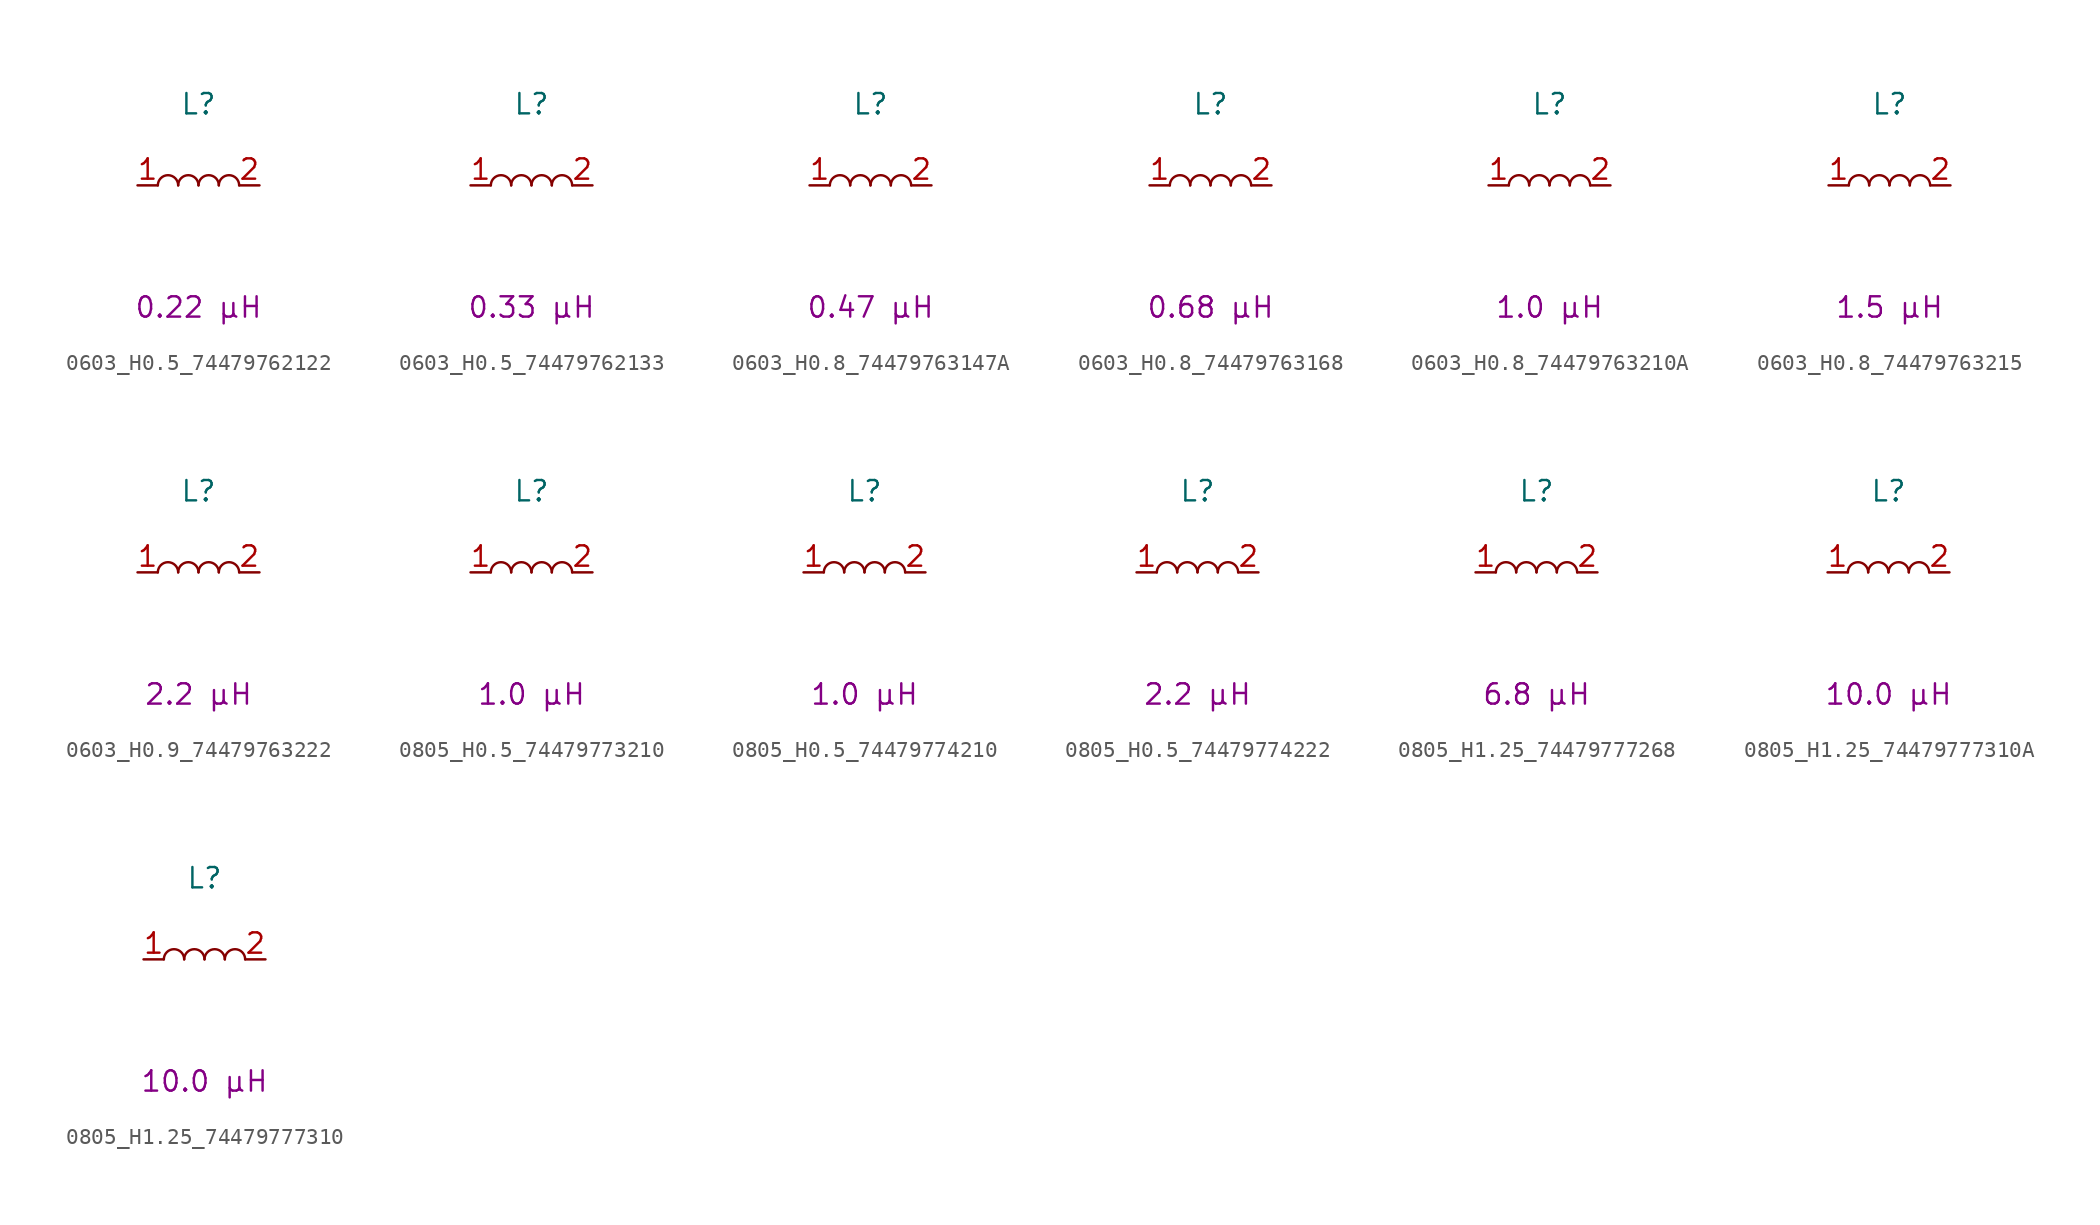
<source format=kicad_sym>
(kicad_symbol_lib
  (version 20220914)
  (generator kicad_symbol_editor)
  (symbol "0603_H0.5_74479762122"
    (pin_names hide)
    (property "Reference" "L"
      (at 0 5.08 0)
      (effects (font (size 1.27 1.27))))
    (property "Critical Parameter" "0.22 µH"
      (at 0 -7.62 0)
      (effects (font (size 1.27 1.27))))
    (symbol "0603_H0.5_74479762122_0_1"
      (arc (start -1.27 0) (mid -1.905 0.6323) (end -2.54 0) (stroke (width 0) (type default)) (fill (type none)))
      (arc (start 0 0) (mid -0.635 0.6323) (end -1.27 0) (stroke (width 0) (type default)) (fill (type none)))
      (arc (start 1.27 0) (mid 0.635 0.6323) (end 0 0) (stroke (width 0) (type default)) (fill (type none)))
      (arc (start 2.54 0) (mid 1.905 0.6323) (end 1.27 0) (stroke (width 0) (type default)) (fill (type none))))
    (symbol "0603_H0.5_74479762122_1_1"
      (pin passive line (at -3.81 0 0) (length 1.27) (name "1" (effects (font (size 1.27 1.27)))) (number "1" (effects (font (size 1.27 1.27)))))
      (pin passive line (at 3.81 0 180) (length 1.27) (name "2" (effects (font (size 1.27 1.27)))) (number "2" (effects (font (size 1.27 1.27)))))))
  (symbol "0603_H0.5_74479762133"
    (pin_names hide)
    (property "Reference" "L"
      (at 0 5.08 0)
      (effects (font (size 1.27 1.27))))
    (property "Critical Parameter" "0.33 µH"
      (at 0 -7.62 0)
      (effects (font (size 1.27 1.27))))
    (symbol "0603_H0.5_74479762133_0_1"
      (arc (start -1.27 0) (mid -1.905 0.6323) (end -2.54 0) (stroke (width 0) (type default)) (fill (type none)))
      (arc (start 0 0) (mid -0.635 0.6323) (end -1.27 0) (stroke (width 0) (type default)) (fill (type none)))
      (arc (start 1.27 0) (mid 0.635 0.6323) (end 0 0) (stroke (width 0) (type default)) (fill (type none)))
      (arc (start 2.54 0) (mid 1.905 0.6323) (end 1.27 0) (stroke (width 0) (type default)) (fill (type none))))
    (symbol "0603_H0.5_74479762133_1_1"
      (pin passive line (at -3.81 0 0) (length 1.27) (name "1" (effects (font (size 1.27 1.27)))) (number "1" (effects (font (size 1.27 1.27)))))
      (pin passive line (at 3.81 0 180) (length 1.27) (name "2" (effects (font (size 1.27 1.27)))) (number "2" (effects (font (size 1.27 1.27)))))))
  (symbol "0603_H0.8_74479763147A"
    (pin_names hide)
    (property "Reference" "L"
      (at 0 5.08 0)
      (effects (font (size 1.27 1.27))))
    (property "Critical Parameter" "0.47 µH"
      (at 0 -7.62 0)
      (effects (font (size 1.27 1.27))))
    (symbol "0603_H0.8_74479763147A_0_1"
      (arc (start -1.27 0) (mid -1.905 0.6323) (end -2.54 0) (stroke (width 0) (type default)) (fill (type none)))
      (arc (start 0 0) (mid -0.635 0.6323) (end -1.27 0) (stroke (width 0) (type default)) (fill (type none)))
      (arc (start 1.27 0) (mid 0.635 0.6323) (end 0 0) (stroke (width 0) (type default)) (fill (type none)))
      (arc (start 2.54 0) (mid 1.905 0.6323) (end 1.27 0) (stroke (width 0) (type default)) (fill (type none))))
    (symbol "0603_H0.8_74479763147A_1_1"
      (pin passive line (at -3.81 0 0) (length 1.27) (name "1" (effects (font (size 1.27 1.27)))) (number "1" (effects (font (size 1.27 1.27)))))
      (pin passive line (at 3.81 0 180) (length 1.27) (name "2" (effects (font (size 1.27 1.27)))) (number "2" (effects (font (size 1.27 1.27)))))))
  (symbol "0603_H0.8_74479763168"
    (pin_names hide)
    (property "Reference" "L"
      (at 0 5.08 0)
      (effects (font (size 1.27 1.27))))
    (property "Critical Parameter" "0.68 µH"
      (at 0 -7.62 0)
      (effects (font (size 1.27 1.27))))
    (symbol "0603_H0.8_74479763168_0_1"
      (arc (start -1.27 0) (mid -1.905 0.6323) (end -2.54 0) (stroke (width 0) (type default)) (fill (type none)))
      (arc (start 0 0) (mid -0.635 0.6323) (end -1.27 0) (stroke (width 0) (type default)) (fill (type none)))
      (arc (start 1.27 0) (mid 0.635 0.6323) (end 0 0) (stroke (width 0) (type default)) (fill (type none)))
      (arc (start 2.54 0) (mid 1.905 0.6323) (end 1.27 0) (stroke (width 0) (type default)) (fill (type none))))
    (symbol "0603_H0.8_74479763168_1_1"
      (pin passive line (at -3.81 0 0) (length 1.27) (name "1" (effects (font (size 1.27 1.27)))) (number "1" (effects (font (size 1.27 1.27)))))
      (pin passive line (at 3.81 0 180) (length 1.27) (name "2" (effects (font (size 1.27 1.27)))) (number "2" (effects (font (size 1.27 1.27)))))))
  (symbol "0603_H0.8_74479763210A"
    (pin_names hide)
    (property "Reference" "L"
      (at 0 5.08 0)
      (effects (font (size 1.27 1.27))))
    (property "Critical Parameter" "1.0 µH"
      (at 0 -7.62 0)
      (effects (font (size 1.27 1.27))))
    (symbol "0603_H0.8_74479763210A_0_1"
      (arc (start -1.27 0) (mid -1.905 0.6323) (end -2.54 0) (stroke (width 0) (type default)) (fill (type none)))
      (arc (start 0 0) (mid -0.635 0.6323) (end -1.27 0) (stroke (width 0) (type default)) (fill (type none)))
      (arc (start 1.27 0) (mid 0.635 0.6323) (end 0 0) (stroke (width 0) (type default)) (fill (type none)))
      (arc (start 2.54 0) (mid 1.905 0.6323) (end 1.27 0) (stroke (width 0) (type default)) (fill (type none))))
    (symbol "0603_H0.8_74479763210A_1_1"
      (pin passive line (at -3.81 0 0) (length 1.27) (name "1" (effects (font (size 1.27 1.27)))) (number "1" (effects (font (size 1.27 1.27)))))
      (pin passive line (at 3.81 0 180) (length 1.27) (name "2" (effects (font (size 1.27 1.27)))) (number "2" (effects (font (size 1.27 1.27)))))))
  (symbol "0603_H0.8_74479763215"
    (pin_names hide)
    (property "Reference" "L"
      (at 0 5.08 0)
      (effects (font (size 1.27 1.27))))
    (property "Critical Parameter" "1.5 µH"
      (at 0 -7.62 0)
      (effects (font (size 1.27 1.27))))
    (symbol "0603_H0.8_74479763215_0_1"
      (arc (start -1.27 0) (mid -1.905 0.6323) (end -2.54 0) (stroke (width 0) (type default)) (fill (type none)))
      (arc (start 0 0) (mid -0.635 0.6323) (end -1.27 0) (stroke (width 0) (type default)) (fill (type none)))
      (arc (start 1.27 0) (mid 0.635 0.6323) (end 0 0) (stroke (width 0) (type default)) (fill (type none)))
      (arc (start 2.54 0) (mid 1.905 0.6323) (end 1.27 0) (stroke (width 0) (type default)) (fill (type none))))
    (symbol "0603_H0.8_74479763215_1_1"
      (pin passive line (at -3.81 0 0) (length 1.27) (name "1" (effects (font (size 1.27 1.27)))) (number "1" (effects (font (size 1.27 1.27)))))
      (pin passive line (at 3.81 0 180) (length 1.27) (name "2" (effects (font (size 1.27 1.27)))) (number "2" (effects (font (size 1.27 1.27)))))))
  (symbol "0603_H0.9_74479763222"
    (pin_names hide)
    (property "Reference" "L"
      (at 0 5.08 0)
      (effects (font (size 1.27 1.27))))
    (property "Critical Parameter" "2.2 µH"
      (at 0 -7.62 0)
      (effects (font (size 1.27 1.27))))
    (symbol "0603_H0.9_74479763222_0_1"
      (arc (start -1.27 0) (mid -1.905 0.6323) (end -2.54 0) (stroke (width 0) (type default)) (fill (type none)))
      (arc (start 0 0) (mid -0.635 0.6323) (end -1.27 0) (stroke (width 0) (type default)) (fill (type none)))
      (arc (start 1.27 0) (mid 0.635 0.6323) (end 0 0) (stroke (width 0) (type default)) (fill (type none)))
      (arc (start 2.54 0) (mid 1.905 0.6323) (end 1.27 0) (stroke (width 0) (type default)) (fill (type none))))
    (symbol "0603_H0.9_74479763222_1_1"
      (pin passive line (at -3.81 0 0) (length 1.27) (name "1" (effects (font (size 1.27 1.27)))) (number "1" (effects (font (size 1.27 1.27)))))
      (pin passive line (at 3.81 0 180) (length 1.27) (name "2" (effects (font (size 1.27 1.27)))) (number "2" (effects (font (size 1.27 1.27)))))))
  (symbol "0805_H0.5_74479773210"
    (pin_names hide)
    (property "Reference" "L"
      (at 0 5.08 0)
      (effects (font (size 1.27 1.27))))
    (property "Critical Parameter" "1.0 µH"
      (at 0 -7.62 0)
      (effects (font (size 1.27 1.27))))
    (symbol "0805_H0.5_74479773210_0_1"
      (arc (start -1.27 0) (mid -1.905 0.6323) (end -2.54 0) (stroke (width 0) (type default)) (fill (type none)))
      (arc (start 0 0) (mid -0.635 0.6323) (end -1.27 0) (stroke (width 0) (type default)) (fill (type none)))
      (arc (start 1.27 0) (mid 0.635 0.6323) (end 0 0) (stroke (width 0) (type default)) (fill (type none)))
      (arc (start 2.54 0) (mid 1.905 0.6323) (end 1.27 0) (stroke (width 0) (type default)) (fill (type none))))
    (symbol "0805_H0.5_74479773210_1_1"
      (pin passive line (at -3.81 0 0) (length 1.27) (name "1" (effects (font (size 1.27 1.27)))) (number "1" (effects (font (size 1.27 1.27)))))
      (pin passive line (at 3.81 0 180) (length 1.27) (name "2" (effects (font (size 1.27 1.27)))) (number "2" (effects (font (size 1.27 1.27)))))))
  (symbol "0805_H0.5_74479774210"
    (pin_names hide)
    (property "Reference" "L"
      (at 0 5.08 0)
      (effects (font (size 1.27 1.27))))
    (property "Critical Parameter" "1.0 µH"
      (at 0 -7.62 0)
      (effects (font (size 1.27 1.27))))
    (symbol "0805_H0.5_74479774210_0_1"
      (arc (start -1.27 0) (mid -1.905 0.6323) (end -2.54 0) (stroke (width 0) (type default)) (fill (type none)))
      (arc (start 0 0) (mid -0.635 0.6323) (end -1.27 0) (stroke (width 0) (type default)) (fill (type none)))
      (arc (start 1.27 0) (mid 0.635 0.6323) (end 0 0) (stroke (width 0) (type default)) (fill (type none)))
      (arc (start 2.54 0) (mid 1.905 0.6323) (end 1.27 0) (stroke (width 0) (type default)) (fill (type none))))
    (symbol "0805_H0.5_74479774210_1_1"
      (pin passive line (at -3.81 0 0) (length 1.27) (name "1" (effects (font (size 1.27 1.27)))) (number "1" (effects (font (size 1.27 1.27)))))
      (pin passive line (at 3.81 0 180) (length 1.27) (name "2" (effects (font (size 1.27 1.27)))) (number "2" (effects (font (size 1.27 1.27)))))))
  (symbol "0805_H0.5_74479774222"
    (pin_names hide)
    (property "Reference" "L"
      (at 0 5.08 0)
      (effects (font (size 1.27 1.27))))
    (property "Critical Parameter" "2.2 µH"
      (at 0 -7.62 0)
      (effects (font (size 1.27 1.27))))
    (symbol "0805_H0.5_74479774222_0_1"
      (arc (start -1.27 0) (mid -1.905 0.6323) (end -2.54 0) (stroke (width 0) (type default)) (fill (type none)))
      (arc (start 0 0) (mid -0.635 0.6323) (end -1.27 0) (stroke (width 0) (type default)) (fill (type none)))
      (arc (start 1.27 0) (mid 0.635 0.6323) (end 0 0) (stroke (width 0) (type default)) (fill (type none)))
      (arc (start 2.54 0) (mid 1.905 0.6323) (end 1.27 0) (stroke (width 0) (type default)) (fill (type none))))
    (symbol "0805_H0.5_74479774222_1_1"
      (pin passive line (at -3.81 0 0) (length 1.27) (name "1" (effects (font (size 1.27 1.27)))) (number "1" (effects (font (size 1.27 1.27)))))
      (pin passive line (at 3.81 0 180) (length 1.27) (name "2" (effects (font (size 1.27 1.27)))) (number "2" (effects (font (size 1.27 1.27)))))))
  (symbol "0805_H1.25_74479777268"
    (pin_names hide)
    (property "Reference" "L"
      (at 0 5.08 0)
      (effects (font (size 1.27 1.27))))
    (property "Critical Parameter" "6.8 µH"
      (at 0 -7.62 0)
      (effects (font (size 1.27 1.27))))
    (symbol "0805_H1.25_74479777268_0_1"
      (arc (start -1.27 0) (mid -1.905 0.6323) (end -2.54 0) (stroke (width 0) (type default)) (fill (type none)))
      (arc (start 0 0) (mid -0.635 0.6323) (end -1.27 0) (stroke (width 0) (type default)) (fill (type none)))
      (arc (start 1.27 0) (mid 0.635 0.6323) (end 0 0) (stroke (width 0) (type default)) (fill (type none)))
      (arc (start 2.54 0) (mid 1.905 0.6323) (end 1.27 0) (stroke (width 0) (type default)) (fill (type none))))
    (symbol "0805_H1.25_74479777268_1_1"
      (pin passive line (at -3.81 0 0) (length 1.27) (name "1" (effects (font (size 1.27 1.27)))) (number "1" (effects (font (size 1.27 1.27)))))
      (pin passive line (at 3.81 0 180) (length 1.27) (name "2" (effects (font (size 1.27 1.27)))) (number "2" (effects (font (size 1.27 1.27)))))))
  (symbol "0805_H1.25_74479777310A"
    (pin_names hide)
    (property "Reference" "L"
      (at 0 5.08 0)
      (effects (font (size 1.27 1.27))))
    (property "Critical Parameter" "10.0 µH"
      (at 0 -7.62 0)
      (effects (font (size 1.27 1.27))))
    (symbol "0805_H1.25_74479777310A_0_1"
      (arc (start -1.27 0) (mid -1.905 0.6323) (end -2.54 0) (stroke (width 0) (type default)) (fill (type none)))
      (arc (start 0 0) (mid -0.635 0.6323) (end -1.27 0) (stroke (width 0) (type default)) (fill (type none)))
      (arc (start 1.27 0) (mid 0.635 0.6323) (end 0 0) (stroke (width 0) (type default)) (fill (type none)))
      (arc (start 2.54 0) (mid 1.905 0.6323) (end 1.27 0) (stroke (width 0) (type default)) (fill (type none))))
    (symbol "0805_H1.25_74479777310A_1_1"
      (pin passive line (at -3.81 0 0) (length 1.27) (name "1" (effects (font (size 1.27 1.27)))) (number "1" (effects (font (size 1.27 1.27)))))
      (pin passive line (at 3.81 0 180) (length 1.27) (name "2" (effects (font (size 1.27 1.27)))) (number "2" (effects (font (size 1.27 1.27)))))))
  (symbol "0805_H1.25_74479777310"
    (pin_names hide)
    (property "Reference" "L"
      (at 0 5.08 0)
      (effects (font (size 1.27 1.27))))
    (property "Critical Parameter" "10.0 µH"
      (at 0 -7.62 0)
      (effects (font (size 1.27 1.27))))
    (symbol "0805_H1.25_74479777310_0_1"
      (arc (start -1.27 0) (mid -1.905 0.6323) (end -2.54 0) (stroke (width 0) (type default)) (fill (type none)))
      (arc (start 0 0) (mid -0.635 0.6323) (end -1.27 0) (stroke (width 0) (type default)) (fill (type none)))
      (arc (start 1.27 0) (mid 0.635 0.6323) (end 0 0) (stroke (width 0) (type default)) (fill (type none)))
      (arc (start 2.54 0) (mid 1.905 0.6323) (end 1.27 0) (stroke (width 0) (type default)) (fill (type none))))
    (symbol "0805_H1.25_74479777310_1_1"
      (pin passive line (at -3.81 0 0) (length 1.27) (name "1" (effects (font (size 1.27 1.27)))) (number "1" (effects (font (size 1.27 1.27)))))
      (pin passive line (at 3.81 0 180) (length 1.27) (name "2" (effects (font (size 1.27 1.27)))) (number "2" (effects (font (size 1.27 1.27))))))))
</source>
